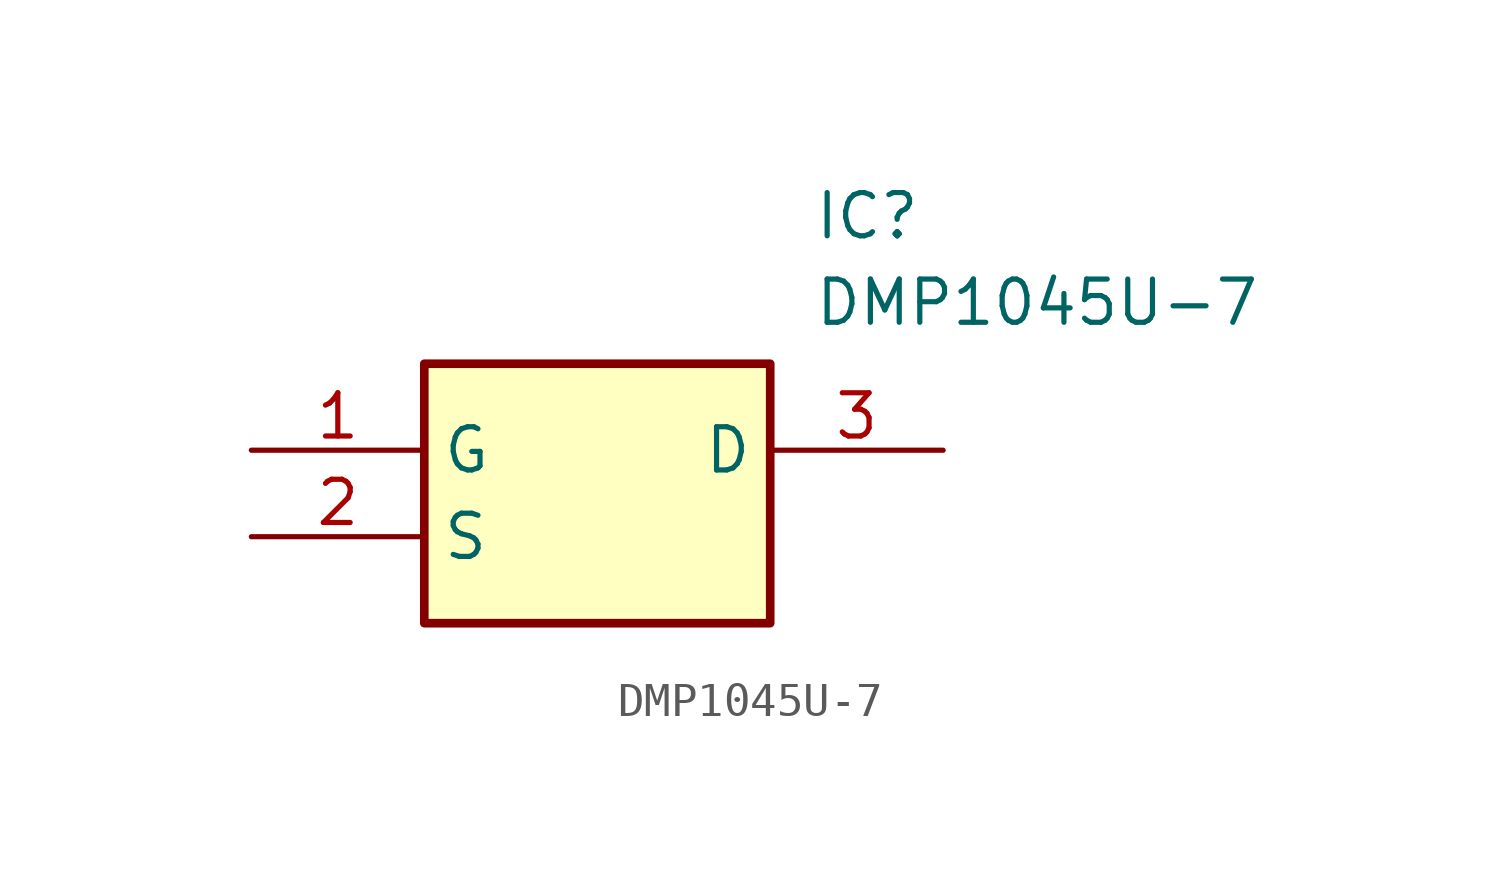
<source format=kicad_sym>
(kicad_symbol_lib
  (version 20231120)
  (generator "kicad_symbol_editor")
  (generator_version "8.0")
  (symbol "DMP1045U-7"
    (property "Reference" "IC"
      (at 16.51 7.62 0)
      (effects (font (size 1.27 1.27)) (justify left top)))
    (property "Value" "DMP1045U-7"
      (at 16.51 5.08 0)
      (effects (font (size 1.27 1.27)) (justify left top)))
    (symbol "DMP1045U-7_1_1"
      (rectangle (start 5.08 2.54) (end 15.24 -5.08) (stroke (width 0.254) (type default)) (fill (type background)))
      (pin passive line (at 0 0 0) (length 5.08) (name "G" (effects (font (size 1.27 1.27)))) (number "1" (effects (font (size 1.27 1.27)))))
      (pin passive line (at 0 -2.54 0) (length 5.08) (name "S" (effects (font (size 1.27 1.27)))) (number "2" (effects (font (size 1.27 1.27)))))
      (pin passive line (at 20.32 0 180) (length 5.08) (name "D" (effects (font (size 1.27 1.27)))) (number "3" (effects (font (size 1.27 1.27))))))))
</source>
